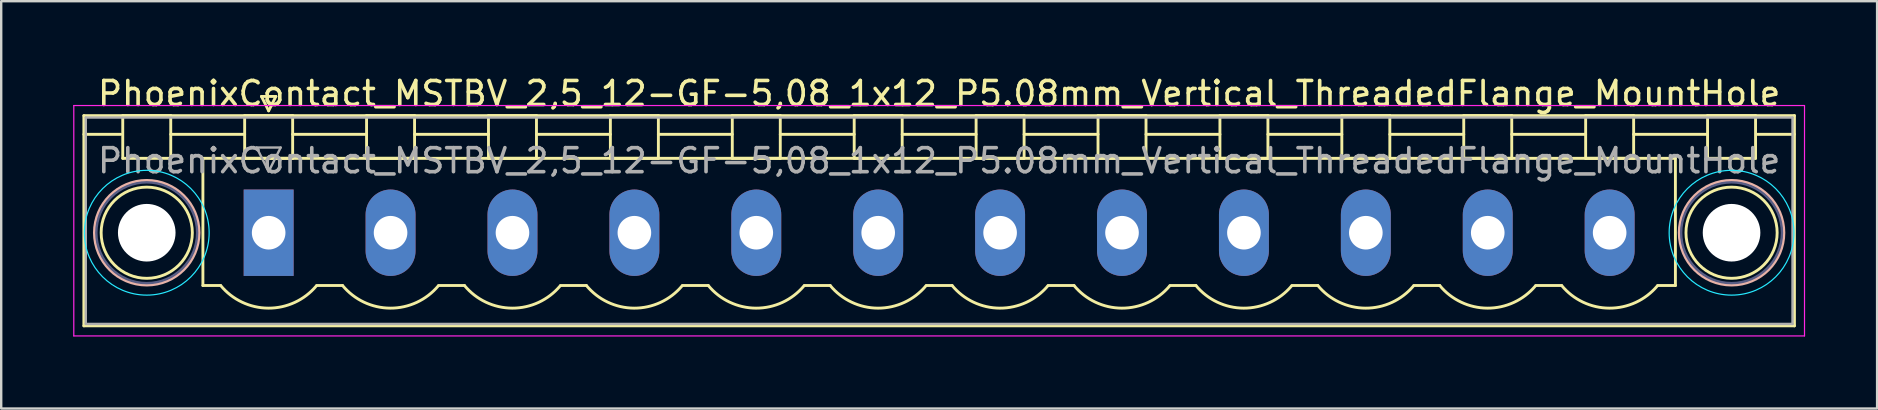
<source format=kicad_pcb>
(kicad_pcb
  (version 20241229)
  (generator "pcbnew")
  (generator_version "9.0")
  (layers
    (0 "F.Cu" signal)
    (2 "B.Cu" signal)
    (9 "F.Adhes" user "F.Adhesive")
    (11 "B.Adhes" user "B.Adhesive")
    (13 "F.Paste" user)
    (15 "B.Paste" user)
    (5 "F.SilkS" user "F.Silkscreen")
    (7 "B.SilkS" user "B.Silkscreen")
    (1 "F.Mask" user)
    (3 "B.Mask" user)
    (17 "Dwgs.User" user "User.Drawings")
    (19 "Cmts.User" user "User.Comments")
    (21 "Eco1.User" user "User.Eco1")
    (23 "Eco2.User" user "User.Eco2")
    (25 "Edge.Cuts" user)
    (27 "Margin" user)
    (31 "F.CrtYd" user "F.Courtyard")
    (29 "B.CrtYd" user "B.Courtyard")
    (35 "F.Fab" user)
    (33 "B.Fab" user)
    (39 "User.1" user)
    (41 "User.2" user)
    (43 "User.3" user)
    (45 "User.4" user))
  (footprint "PhoenixContact_MSTBV_2,5_12-GF-5,08_1x12_P5.08mm_Vertical_ThreadedFlange_MountHole"
    (layer "F.Cu")
    (at 8.145 6.648)
    (property "Reference" "PhoenixContact_MSTBV_2,5_12-GF-5,08_1x12_P5.08mm_Vertical_ThreadedFlange_MountHole" (at 27.94 -5.8 0) (layer "F.SilkS") (effects (font (size 1 1) (thickness 0.15))))
    (attr through_hole)
    (fp_line (start -7.7 -4.88) (end -7.7 3.88) (stroke (width 0.12) (type solid)) (layer "F.SilkS"))
    (fp_line (start -7.7 -4.1) (end -6.16 -4.1) (stroke (width 0.12) (type solid)) (layer "F.SilkS"))
    (fp_line (start -7.7 3.88) (end 63.58 3.88) (stroke (width 0.12) (type solid)) (layer "F.SilkS"))
    (fp_line (start -6.08 -4.88) (end -4.08 -4.88) (stroke (width 0.12) (type solid)) (layer "F.SilkS"))
    (fp_line (start -6.08 -3.1) (end -6.08 -4.88) (stroke (width 0.12) (type solid)) (layer "F.SilkS"))
    (fp_line (start -4.08 -4.88) (end -4.08 -3.1) (stroke (width 0.12) (type solid)) (layer "F.SilkS"))
    (fp_line (start -4.08 -4.1) (end -1 -4.1) (stroke (width 0.12) (type solid)) (layer "F.SilkS"))
    (fp_line (start -4.08 -3.1) (end -6.08 -3.1) (stroke (width 0.12) (type solid)) (layer "F.SilkS"))
    (fp_line (start -2.74 -3.1) (end 58.62 -3.1) (stroke (width 0.12) (type solid)) (layer "F.SilkS"))
    (fp_line (start -2.74 2.2) (end -2.74 -3.1) (stroke (width 0.12) (type solid)) (layer "F.SilkS"))
    (fp_line (start -2 2.2) (end -2.74 2.2) (stroke (width 0.12) (type solid)) (layer "F.SilkS"))
    (fp_line (start -1 -4.88) (end 1 -4.88) (stroke (width 0.12) (type solid)) (layer "F.SilkS"))
    (fp_line (start -1 -3.1) (end -1 -4.88) (stroke (width 0.12) (type solid)) (layer "F.SilkS"))
    (fp_line (start -0.3 -5.68) (end 0.3 -5.68) (stroke (width 0.12) (type solid)) (layer "F.SilkS"))
    (fp_line (start 0 -5.08) (end -0.3 -5.68) (stroke (width 0.12) (type solid)) (layer "F.SilkS"))
    (fp_line (start 0.3 -5.68) (end 0 -5.08) (stroke (width 0.12) (type solid)) (layer "F.SilkS"))
    (fp_line (start 1 -4.88) (end 1 -3.1) (stroke (width 0.12) (type solid)) (layer "F.SilkS"))
    (fp_line (start 1 -4.1) (end 4.08 -4.1) (stroke (width 0.12) (type solid)) (layer "F.SilkS"))
    (fp_line (start 1 -3.1) (end -1 -3.1) (stroke (width 0.12) (type solid)) (layer "F.SilkS"))
    (fp_line (start 2 2.2) (end 3.08 2.2) (stroke (width 0.12) (type solid)) (layer "F.SilkS"))
    (fp_line (start 4.08 -4.88) (end 6.08 -4.88) (stroke (width 0.12) (type solid)) (layer "F.SilkS"))
    (fp_line (start 4.08 -3.1) (end 4.08 -4.88) (stroke (width 0.12) (type solid)) (layer "F.SilkS"))
    (fp_line (start 6.08 -4.88) (end 6.08 -3.1) (stroke (width 0.12) (type solid)) (layer "F.SilkS"))
    (fp_line (start 6.08 -4.1) (end 9.16 -4.1) (stroke (width 0.12) (type solid)) (layer "F.SilkS"))
    (fp_line (start 6.08 -3.1) (end 4.08 -3.1) (stroke (width 0.12) (type solid)) (layer "F.SilkS"))
    (fp_line (start 7.08 2.2) (end 8.16 2.2) (stroke (width 0.12) (type solid)) (layer "F.SilkS"))
    (fp_line (start 9.16 -4.88) (end 11.16 -4.88) (stroke (width 0.12) (type solid)) (layer "F.SilkS"))
    (fp_line (start 9.16 -3.1) (end 9.16 -4.88) (stroke (width 0.12) (type solid)) (layer "F.SilkS"))
    (fp_line (start 11.16 -4.88) (end 11.16 -3.1) (stroke (width 0.12) (type solid)) (layer "F.SilkS"))
    (fp_line (start 11.16 -4.1) (end 14.24 -4.1) (stroke (width 0.12) (type solid)) (layer "F.SilkS"))
    (fp_line (start 11.16 -3.1) (end 9.16 -3.1) (stroke (width 0.12) (type solid)) (layer "F.SilkS"))
    (fp_line (start 12.16 2.2) (end 13.24 2.2) (stroke (width 0.12) (type solid)) (layer "F.SilkS"))
    (fp_line (start 14.24 -4.88) (end 16.24 -4.88) (stroke (width 0.12) (type solid)) (layer "F.SilkS"))
    (fp_line (start 14.24 -3.1) (end 14.24 -4.88) (stroke (width 0.12) (type solid)) (layer "F.SilkS"))
    (fp_line (start 16.24 -4.88) (end 16.24 -3.1) (stroke (width 0.12) (type solid)) (layer "F.SilkS"))
    (fp_line (start 16.24 -4.1) (end 19.32 -4.1) (stroke (width 0.12) (type solid)) (layer "F.SilkS"))
    (fp_line (start 16.24 -3.1) (end 14.24 -3.1) (stroke (width 0.12) (type solid)) (layer "F.SilkS"))
    (fp_line (start 17.24 2.2) (end 18.32 2.2) (stroke (width 0.12) (type solid)) (layer "F.SilkS"))
    (fp_line (start 19.32 -4.88) (end 21.32 -4.88) (stroke (width 0.12) (type solid)) (layer "F.SilkS"))
    (fp_line (start 19.32 -3.1) (end 19.32 -4.88) (stroke (width 0.12) (type solid)) (layer "F.SilkS"))
    (fp_line (start 21.32 -4.88) (end 21.32 -3.1) (stroke (width 0.12) (type solid)) (layer "F.SilkS"))
    (fp_line (start 21.32 -4.1) (end 24.4 -4.1) (stroke (width 0.12) (type solid)) (layer "F.SilkS"))
    (fp_line (start 21.32 -3.1) (end 19.32 -3.1) (stroke (width 0.12) (type solid)) (layer "F.SilkS"))
    (fp_line (start 22.32 2.2) (end 23.4 2.2) (stroke (width 0.12) (type solid)) (layer "F.SilkS"))
    (fp_line (start 24.4 -4.88) (end 26.4 -4.88) (stroke (width 0.12) (type solid)) (layer "F.SilkS"))
    (fp_line (start 24.4 -3.1) (end 24.4 -4.88) (stroke (width 0.12) (type solid)) (layer "F.SilkS"))
    (fp_line (start 26.4 -4.88) (end 26.4 -3.1) (stroke (width 0.12) (type solid)) (layer "F.SilkS"))
    (fp_line (start 26.4 -4.1) (end 29.48 -4.1) (stroke (width 0.12) (type solid)) (layer "F.SilkS"))
    (fp_line (start 26.4 -3.1) (end 24.4 -3.1) (stroke (width 0.12) (type solid)) (layer "F.SilkS"))
    (fp_line (start 27.4 2.2) (end 28.48 2.2) (stroke (width 0.12) (type solid)) (layer "F.SilkS"))
    (fp_line (start 29.48 -4.88) (end 31.48 -4.88) (stroke (width 0.12) (type solid)) (layer "F.SilkS"))
    (fp_line (start 29.48 -3.1) (end 29.48 -4.88) (stroke (width 0.12) (type solid)) (layer "F.SilkS"))
    (fp_line (start 31.48 -4.88) (end 31.48 -3.1) (stroke (width 0.12) (type solid)) (layer "F.SilkS"))
    (fp_line (start 31.48 -4.1) (end 34.56 -4.1) (stroke (width 0.12) (type solid)) (layer "F.SilkS"))
    (fp_line (start 31.48 -3.1) (end 29.48 -3.1) (stroke (width 0.12) (type solid)) (layer "F.SilkS"))
    (fp_line (start 32.48 2.2) (end 33.56 2.2) (stroke (width 0.12) (type solid)) (layer "F.SilkS"))
    (fp_line (start 34.56 -4.88) (end 36.56 -4.88) (stroke (width 0.12) (type solid)) (layer "F.SilkS"))
    (fp_line (start 34.56 -3.1) (end 34.56 -4.88) (stroke (width 0.12) (type solid)) (layer "F.SilkS"))
    (fp_line (start 36.56 -4.88) (end 36.56 -3.1) (stroke (width 0.12) (type solid)) (layer "F.SilkS"))
    (fp_line (start 36.56 -4.1) (end 39.64 -4.1) (stroke (width 0.12) (type solid)) (layer "F.SilkS"))
    (fp_line (start 36.56 -3.1) (end 34.56 -3.1) (stroke (width 0.12) (type solid)) (layer "F.SilkS"))
    (fp_line (start 37.56 2.2) (end 38.64 2.2) (stroke (width 0.12) (type solid)) (layer "F.SilkS"))
    (fp_line (start 39.64 -4.88) (end 41.64 -4.88) (stroke (width 0.12) (type solid)) (layer "F.SilkS"))
    (fp_line (start 39.64 -3.1) (end 39.64 -4.88) (stroke (width 0.12) (type solid)) (layer "F.SilkS"))
    (fp_line (start 41.64 -4.88) (end 41.64 -3.1) (stroke (width 0.12) (type solid)) (layer "F.SilkS"))
    (fp_line (start 41.64 -4.1) (end 44.72 -4.1) (stroke (width 0.12) (type solid)) (layer "F.SilkS"))
    (fp_line (start 41.64 -3.1) (end 39.64 -3.1) (stroke (width 0.12) (type solid)) (layer "F.SilkS"))
    (fp_line (start 42.64 2.2) (end 43.72 2.2) (stroke (width 0.12) (type solid)) (layer "F.SilkS"))
    (fp_line (start 44.72 -4.88) (end 46.72 -4.88) (stroke (width 0.12) (type solid)) (layer "F.SilkS"))
    (fp_line (start 44.72 -3.1) (end 44.72 -4.88) (stroke (width 0.12) (type solid)) (layer "F.SilkS"))
    (fp_line (start 46.72 -4.88) (end 46.72 -3.1) (stroke (width 0.12) (type solid)) (layer "F.SilkS"))
    (fp_line (start 46.72 -4.1) (end 49.8 -4.1) (stroke (width 0.12) (type solid)) (layer "F.SilkS"))
    (fp_line (start 46.72 -3.1) (end 44.72 -3.1) (stroke (width 0.12) (type solid)) (layer "F.SilkS"))
    (fp_line (start 47.72 2.2) (end 48.8 2.2) (stroke (width 0.12) (type solid)) (layer "F.SilkS"))
    (fp_line (start 49.8 -4.88) (end 51.8 -4.88) (stroke (width 0.12) (type solid)) (layer "F.SilkS"))
    (fp_line (start 49.8 -3.1) (end 49.8 -4.88) (stroke (width 0.12) (type solid)) (layer "F.SilkS"))
    (fp_line (start 51.8 -4.88) (end 51.8 -3.1) (stroke (width 0.12) (type solid)) (layer "F.SilkS"))
    (fp_line (start 51.8 -4.1) (end 54.88 -4.1) (stroke (width 0.12) (type solid)) (layer "F.SilkS"))
    (fp_line (start 51.8 -3.1) (end 49.8 -3.1) (stroke (width 0.12) (type solid)) (layer "F.SilkS"))
    (fp_line (start 52.8 2.2) (end 53.88 2.2) (stroke (width 0.12) (type solid)) (layer "F.SilkS"))
    (fp_line (start 54.88 -4.88) (end 56.88 -4.88) (stroke (width 0.12) (type solid)) (layer "F.SilkS"))
    (fp_line (start 54.88 -3.1) (end 54.88 -4.88) (stroke (width 0.12) (type solid)) (layer "F.SilkS"))
    (fp_line (start 56.88 -4.88) (end 56.88 -3.1) (stroke (width 0.12) (type solid)) (layer "F.SilkS"))
    (fp_line (start 56.88 -4.1) (end 59.96 -4.1) (stroke (width 0.12) (type solid)) (layer "F.SilkS"))
    (fp_line (start 56.88 -3.1) (end 54.88 -3.1) (stroke (width 0.12) (type solid)) (layer "F.SilkS"))
    (fp_line (start 58.62 -3.1) (end 58.62 2.2) (stroke (width 0.12) (type solid)) (layer "F.SilkS"))
    (fp_line (start 58.62 2.2) (end 57.88 2.2) (stroke (width 0.12) (type solid)) (layer "F.SilkS"))
    (fp_line (start 59.96 -4.88) (end 61.96 -4.88) (stroke (width 0.12) (type solid)) (layer "F.SilkS"))
    (fp_line (start 59.96 -3.1) (end 59.96 -4.88) (stroke (width 0.12) (type solid)) (layer "F.SilkS"))
    (fp_line (start 61.96 -4.88) (end 61.96 -3.1) (stroke (width 0.12) (type solid)) (layer "F.SilkS"))
    (fp_line (start 61.96 -3.1) (end 59.96 -3.1) (stroke (width 0.12) (type solid)) (layer "F.SilkS"))
    (fp_line (start 63.58 -4.88) (end -7.7 -4.88) (stroke (width 0.12) (type solid)) (layer "F.SilkS"))
    (fp_line (start 63.58 -4.1) (end 62.04 -4.1) (stroke (width 0.12) (type solid)) (layer "F.SilkS"))
    (fp_line (start 63.58 3.88) (end 63.58 -4.88) (stroke (width 0.12) (type solid)) (layer "F.SilkS"))
    (fp_arc (start 1.986842 2.215821) (mid -0.010289 3.142758) (end -2 2.2) (stroke (width 0.12) (type solid)) (layer "F.SilkS"))
    (fp_arc (start 7.066842 2.215821) (mid 5.069711 3.142758) (end 3.08 2.2) (stroke (width 0.12) (type solid)) (layer "F.SilkS"))
    (fp_arc (start 12.146842 2.215821) (mid 10.149711 3.142758) (end 8.16 2.2) (stroke (width 0.12) (type solid)) (layer "F.SilkS"))
    (fp_arc (start 17.226842 2.215821) (mid 15.229711 3.142758) (end 13.24 2.2) (stroke (width 0.12) (type solid)) (layer "F.SilkS"))
    (fp_arc (start 22.306842 2.215821) (mid 20.309711 3.142758) (end 18.32 2.2) (stroke (width 0.12) (type solid)) (layer "F.SilkS"))
    (fp_arc (start 27.386842 2.215821) (mid 25.389711 3.142758) (end 23.4 2.2) (stroke (width 0.12) (type solid)) (layer "F.SilkS"))
    (fp_arc (start 32.466842 2.215821) (mid 30.469711 3.142758) (end 28.48 2.2) (stroke (width 0.12) (type solid)) (layer "F.SilkS"))
    (fp_arc (start 37.546842 2.215821) (mid 35.549711 3.142758) (end 33.56 2.2) (stroke (width 0.12) (type solid)) (layer "F.SilkS"))
    (fp_arc (start 42.626842 2.215821) (mid 40.629711 3.142758) (end 38.64 2.2) (stroke (width 0.12) (type solid)) (layer "F.SilkS"))
    (fp_arc (start 47.706842 2.215821) (mid 45.709711 3.142758) (end 43.72 2.2) (stroke (width 0.12) (type solid)) (layer "F.SilkS"))
    (fp_arc (start 52.786842 2.215821) (mid 50.789711 3.142758) (end 48.8 2.2) (stroke (width 0.12) (type solid)) (layer "F.SilkS"))
    (fp_arc (start 57.866842 2.215821) (mid 55.869711 3.142758) (end 53.88 2.2) (stroke (width 0.12) (type solid)) (layer "F.SilkS"))
    (fp_circle (center -5.08 0) (end -3.18 0) (stroke (width 0.12) (type solid)) (fill no) (layer "F.SilkS"))
    (fp_circle (center 60.96 0) (end 62.86 0) (stroke (width 0.12) (type solid)) (fill no) (layer "F.SilkS"))
    (fp_circle (center -5.08 0) (end -2.9 0) (stroke (width 0.12) (type solid)) (fill no) (layer "B.SilkS"))
    (fp_circle (center 60.96 0) (end 63.14 0) (stroke (width 0.12) (type solid)) (fill no) (layer "B.SilkS"))
    (fp_circle (center -5.08 0) (end -2.48 0) (stroke (width 0.05) (type solid)) (fill no) (layer "B.CrtYd"))
    (fp_circle (center 60.96 0) (end 63.56 0) (stroke (width 0.05) (type solid)) (fill no) (layer "B.CrtYd"))
    (fp_line (start -8.12 -5.3) (end -8.12 4.3) (stroke (width 0.05) (type solid)) (layer "F.CrtYd"))
    (fp_line (start -8.12 4.3) (end 64 4.3) (stroke (width 0.05) (type solid)) (layer "F.CrtYd"))
    (fp_line (start 64 -5.3) (end -8.12 -5.3) (stroke (width 0.05) (type solid)) (layer "F.CrtYd"))
    (fp_line (start 64 4.3) (end 64 -5.3) (stroke (width 0.05) (type solid)) (layer "F.CrtYd"))
    (fp_circle (center -5.08 0) (end -2.98 0) (stroke (width 0.1) (type solid)) (fill no) (layer "B.Fab"))
    (fp_circle (center 60.96 0) (end 63.06 0) (stroke (width 0.1) (type solid)) (fill no) (layer "B.Fab"))
    (fp_line (start -7.62 -4.8) (end -7.62 3.8) (stroke (width 0.1) (type solid)) (layer "F.Fab"))
    (fp_line (start -7.62 3.8) (end 63.5 3.8) (stroke (width 0.1) (type solid)) (layer "F.Fab"))
    (fp_line (start -0.5 -3.55) (end 0.5 -3.55) (stroke (width 0.1) (type solid)) (layer "F.Fab"))
    (fp_line (start 0 -2.55) (end -0.5 -3.55) (stroke (width 0.1) (type solid)) (layer "F.Fab"))
    (fp_line (start 0.5 -3.55) (end 0 -2.55) (stroke (width 0.1) (type solid)) (layer "F.Fab"))
    (fp_line (start 63.5 -4.8) (end -7.62 -4.8) (stroke (width 0.1) (type solid)) (layer "F.Fab"))
    (fp_line (start 63.5 3.8) (end 63.5 -4.8) (stroke (width 0.1) (type solid)) (layer "F.Fab"))
    (fp_text user "${REFERENCE}" (at 27.94 -3 0) (layer "F.Fab") (effects (font (size 1 1) (thickness 0.15))))
    (pad "" np_thru_hole circle (at -5.08 0) (size 2.4 2.4) (drill 2.4) (layers "*.Cu" "*.Mask"))
    (pad "" np_thru_hole circle (at 60.96 0) (size 2.4 2.4) (drill 2.4) (layers "*.Cu" "*.Mask"))
    (pad "1" thru_hole rect (at 0 0) (size 2.08 3.6) (drill 1.4) (layers "*.Cu" "*.Mask"))
    (pad "2" thru_hole oval (at 5.08 0) (size 2.08 3.6) (drill 1.4) (layers "*.Cu" "*.Mask"))
    (pad "3" thru_hole oval (at 10.16 0) (size 2.08 3.6) (drill 1.4) (layers "*.Cu" "*.Mask"))
    (pad "4" thru_hole oval (at 15.24 0) (size 2.08 3.6) (drill 1.4) (layers "*.Cu" "*.Mask"))
    (pad "5" thru_hole oval (at 20.32 0) (size 2.08 3.6) (drill 1.4) (layers "*.Cu" "*.Mask"))
    (pad "6" thru_hole oval (at 25.4 0) (size 2.08 3.6) (drill 1.4) (layers "*.Cu" "*.Mask"))
    (pad "7" thru_hole oval (at 30.48 0) (size 2.08 3.6) (drill 1.4) (layers "*.Cu" "*.Mask"))
    (pad "8" thru_hole oval (at 35.56 0) (size 2.08 3.6) (drill 1.4) (layers "*.Cu" "*.Mask"))
    (pad "9" thru_hole oval (at 40.64 0) (size 2.08 3.6) (drill 1.4) (layers "*.Cu" "*.Mask"))
    (pad "10" thru_hole oval (at 45.72 0) (size 2.08 3.6) (drill 1.4) (layers "*.Cu" "*.Mask"))
    (pad "11" thru_hole oval (at 50.8 0) (size 2.08 3.6) (drill 1.4) (layers "*.Cu" "*.Mask"))
    (pad "12" thru_hole oval (at 55.88 0) (size 2.08 3.6) (drill 1.4) (layers "*.Cu" "*.Mask")))
  (gr_rect
    (start -3 -3)
    (end 75.17 13.973)
    (stroke (width 0.1) (type default))
    (fill no)
    (layer "Edge.Cuts")))
</source>
